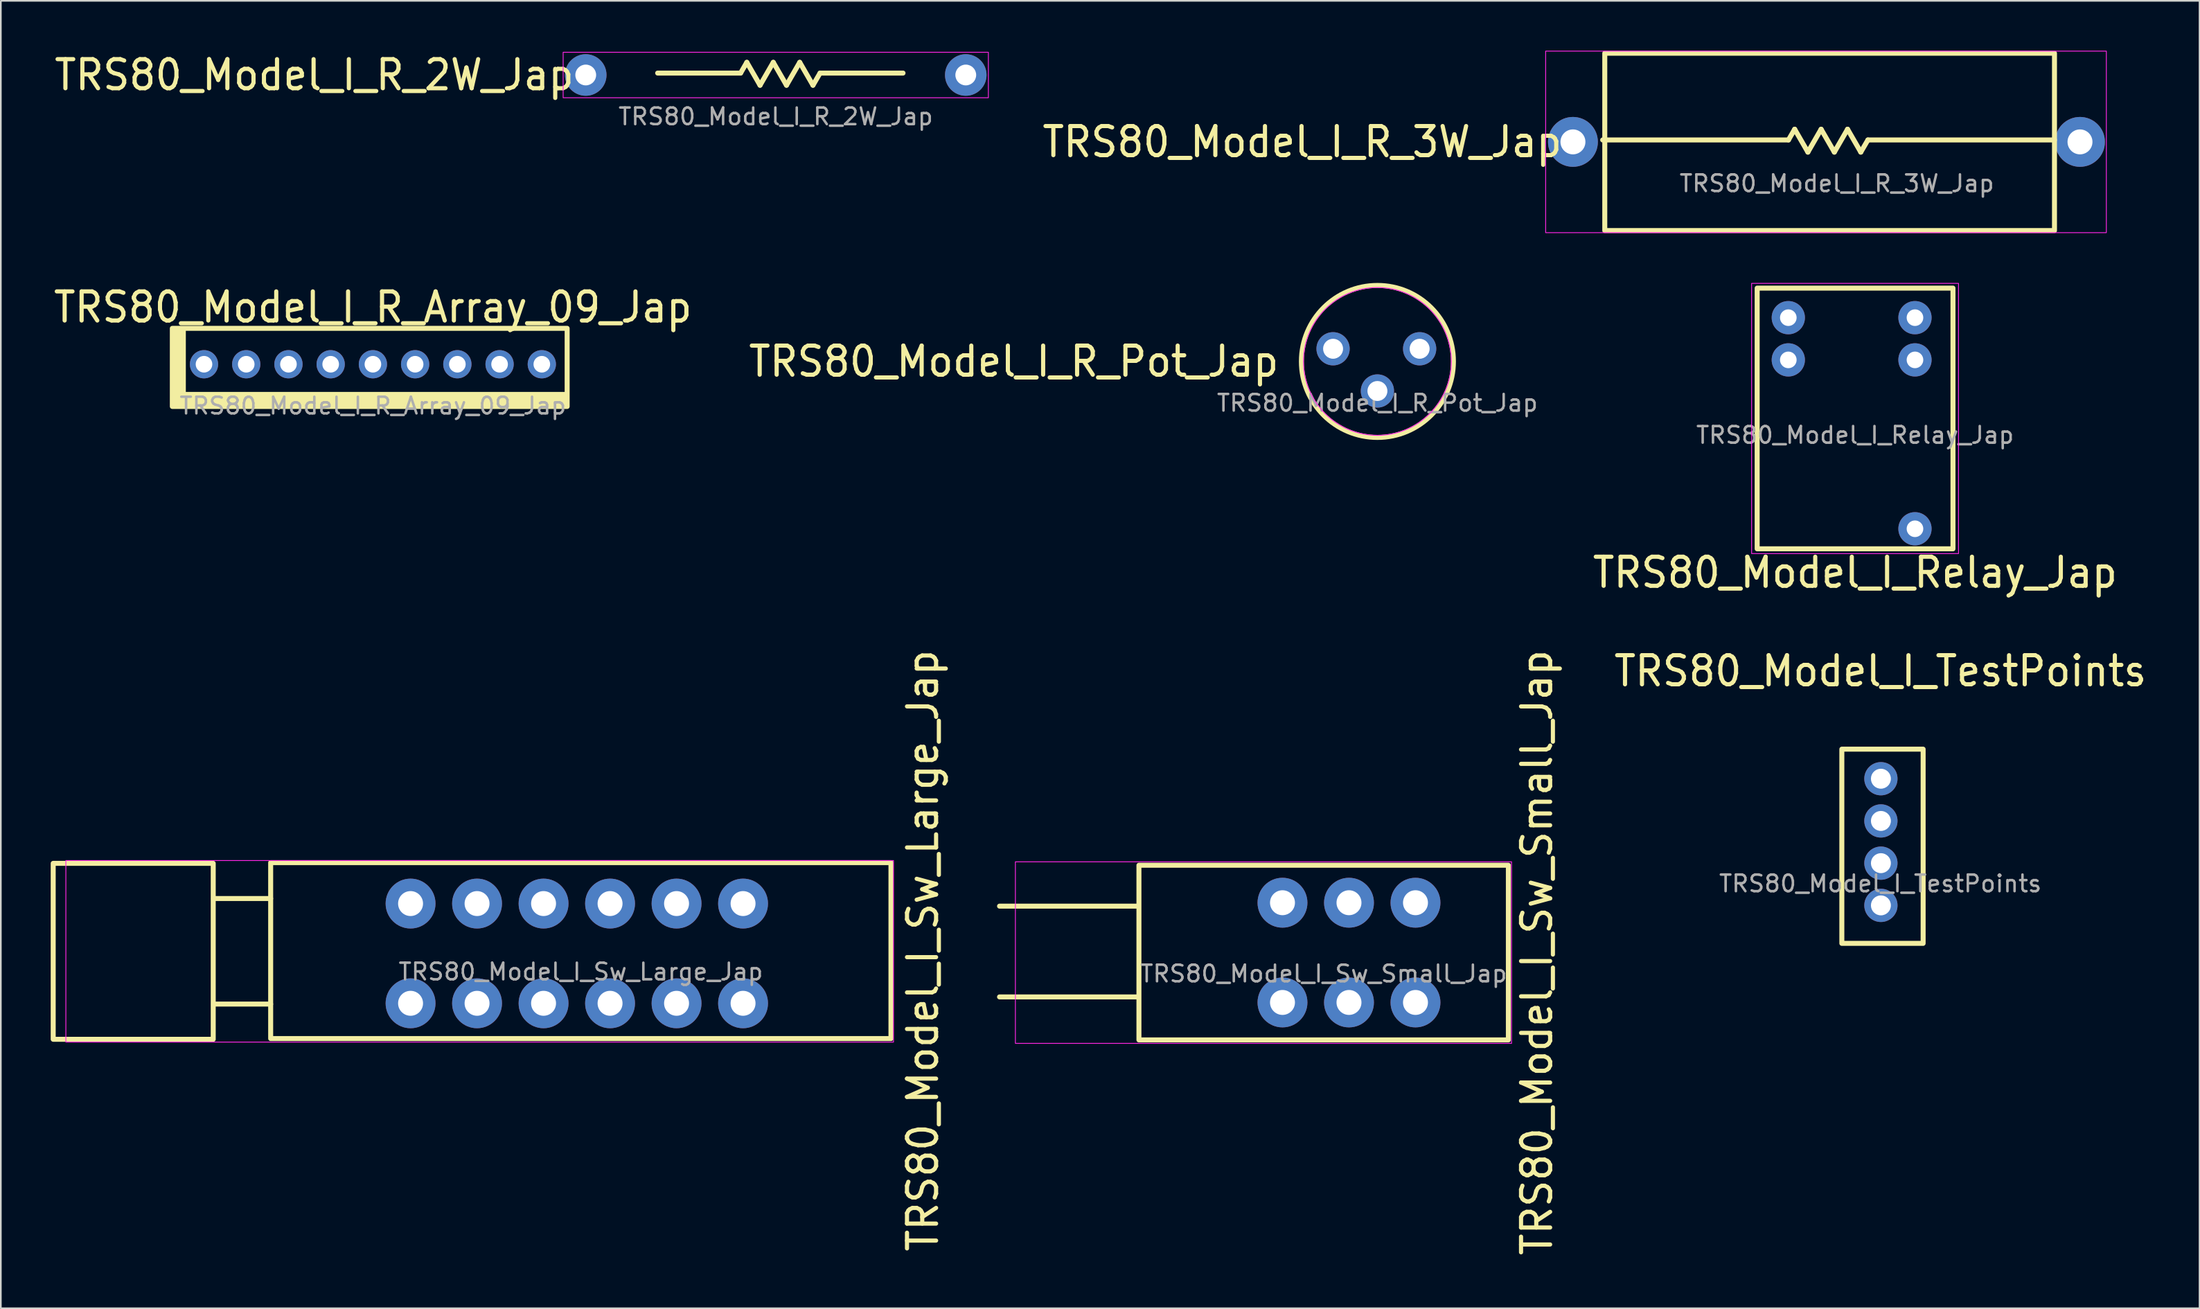
<source format=kicad_pcb>
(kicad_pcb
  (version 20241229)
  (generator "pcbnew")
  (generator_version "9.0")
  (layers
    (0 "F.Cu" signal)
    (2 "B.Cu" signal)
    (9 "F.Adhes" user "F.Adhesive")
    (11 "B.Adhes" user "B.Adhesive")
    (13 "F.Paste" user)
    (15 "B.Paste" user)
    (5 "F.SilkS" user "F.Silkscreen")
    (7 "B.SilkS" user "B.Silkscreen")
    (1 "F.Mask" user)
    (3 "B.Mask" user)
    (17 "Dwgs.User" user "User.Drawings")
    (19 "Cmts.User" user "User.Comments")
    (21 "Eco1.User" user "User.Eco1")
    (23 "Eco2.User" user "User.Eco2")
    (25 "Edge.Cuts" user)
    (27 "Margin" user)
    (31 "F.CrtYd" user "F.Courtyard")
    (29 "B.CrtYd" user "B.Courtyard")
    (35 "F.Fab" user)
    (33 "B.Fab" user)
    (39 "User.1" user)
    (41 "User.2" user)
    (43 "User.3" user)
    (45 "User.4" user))
  (footprint "TRS80_Model_I_Relay_Jap"
    (layer "F.Cu")
    (at 108.536 22.125)
    (property "Reference" "TRS80_Model_I_Relay_Jap" (at 0 9.271 0) (unlocked yes) (layer "F.SilkS") (effects (font (size 1.75 1.65) (thickness 0.25))))
    (attr through_hole)
    (fp_rect (start -5.889 -7.842) (end 5.889 7.842) (stroke (width 0.3) (type solid)) (fill no) (layer "F.SilkS"))
    (fp_rect (start -6.223 -8.128) (end 6.223 8.128) (stroke (width 0.05) (type default)) (fill no) (layer "F.CrtYd"))
    (fp_text user "${REFERENCE}" (at 0 1 0) (unlocked yes) (layer "F.Fab") (effects (font (size 1 1) (thickness 0.15))))
    (pad "1" thru_hole circle (at 3.603 -6.064 90) (size 2 2) (drill 1) (layers "*.Cu" "*.Mask"))
    (pad "2" thru_hole circle (at 3.603 -3.524 90) (size 2 2) (drill 1) (layers "*.Cu" "*.Mask"))
    (pad "3" thru_hole circle (at 3.603 6.636 90) (size 2 2) (drill 1) (layers "*.Cu" "*.Mask"))
    (pad "4" thru_hole circle (at -4.016 -3.524 90) (size 2 2) (drill 1) (layers "*.Cu" "*.Mask"))
    (pad "5" thru_hole circle (at -4.016 -6.064 90) (size 2 2) (drill 1) (layers "*.Cu" "*.Mask")))
  (footprint "TRS80_Model_I_R_Array_09_Jap"
    (layer "F.Cu")
    (at 19.381 18.863)
    (property "Reference" "TRS80_Model_I_R_Array_09_Jap" (at 0 -3.429 0) (unlocked yes) (layer "F.SilkS") (effects (font (size 1.75 1.65) (thickness 0.25) (bold yes))))
    (attr through_hole)
    (fp_rect (start -12.065 -2.159) (end -11.303 2.603) (stroke (width 0.1) (type solid)) (fill yes) (layer "F.SilkS"))
    (fp_rect (start -12.065 -2.159) (end 11.684 2.54) (stroke (width 0.3) (type solid)) (fill no) (layer "F.SilkS"))
    (fp_rect (start -12.065 1.714) (end 11.684 2.54) (stroke (width 0.1) (type solid)) (fill yes) (layer "F.SilkS"))
    (fp_text user "${REFERENCE}" (at 0 2.5 0) (unlocked yes) (layer "F.Fab") (effects (font (size 1 1) (thickness 0.15))))
    (pad "1" thru_hole circle (at -10.16 0) (size 1.7 1.7) (drill 1) (layers "*.Cu" "*.Mask"))
    (pad "2" thru_hole circle (at -7.62 0) (size 1.7 1.7) (drill 1) (layers "*.Cu" "*.Mask"))
    (pad "3" thru_hole circle (at -5.08 0) (size 1.7 1.7) (drill 1) (layers "*.Cu" "*.Mask"))
    (pad "4" thru_hole circle (at -2.54 0) (size 1.7 1.7) (drill 1) (layers "*.Cu" "*.Mask"))
    (pad "5" thru_hole circle (at 0 0) (size 1.7 1.7) (drill 1) (layers "*.Cu" "*.Mask"))
    (pad "6" thru_hole circle (at 2.54 0) (size 1.7 1.7) (drill 1) (layers "*.Cu" "*.Mask"))
    (pad "7" thru_hole circle (at 5.08 0) (size 1.7 1.7) (drill 1) (layers "*.Cu" "*.Mask"))
    (pad "8" thru_hole circle (at 7.62 0) (size 1.7 1.7) (drill 1) (layers "*.Cu" "*.Mask"))
    (pad "9" thru_hole circle (at 10.16 0) (size 1.7 1.7) (drill 1) (layers "*.Cu" "*.Mask")))
  (footprint "TRS80_Model_I_R_2W_Jap"
    (layer "F.Cu")
    (at 43.613 1.462)
    (property "Reference" "TRS80_Model_I_R_2W_Jap" (at -12 0 0) (unlocked yes) (layer "F.SilkS") (effects (font (size 1.75 1.65) (thickness 0.25)) (justify right)))
    (attr through_hole)
    (fp_line (start -7.104 -0.116) (end -2.114 -0.116) (stroke (width 0.3) (type solid)) (layer "F.SilkS"))
    (fp_line (start -2.114 -0.116) (end -1.741 -0.762) (stroke (width 0.3) (type solid)) (layer "F.SilkS"))
    (fp_line (start -0.945 0.616) (end -1.741 -0.762) (stroke (width 0.3) (type solid)) (layer "F.SilkS"))
    (fp_line (start -0.945 0.616) (end -0.149 -0.762) (stroke (width 0.3) (type solid)) (layer "F.SilkS"))
    (fp_line (start 0.646 0.616) (end -0.149 -0.762) (stroke (width 0.3) (type solid)) (layer "F.SilkS"))
    (fp_line (start 0.646 0.616) (end 1.442 -0.762) (stroke (width 0.3) (type solid)) (layer "F.SilkS"))
    (fp_line (start 2.238 0.616) (end 1.442 -0.762) (stroke (width 0.3) (type solid)) (layer "F.SilkS"))
    (fp_line (start 2.238 0.616) (end 2.665 -0.116) (stroke (width 0.3) (type solid)) (layer "F.SilkS"))
    (fp_line (start 2.665 -0.116) (end 7.656 -0.116) (stroke (width 0.3) (type solid)) (layer "F.SilkS"))
    (fp_rect (start -12.789 -1.368) (end 12.789 1.368) (stroke (width 0.05) (type default)) (fill no) (layer "F.CrtYd"))
    (fp_text user "${REFERENCE}" (at 0 2.5 0) (unlocked yes) (layer "F.Fab") (effects (font (size 1 1) (thickness 0.15))))
    (pad "1" thru_hole circle (at -11.43 0) (size 2.5 2.5) (drill 1.25) (layers "*.Cu" "*.Mask"))
    (pad "2" thru_hole circle (at 11.43 0) (size 2.5 2.5) (drill 1.25) (layers "*.Cu" "*.Mask")))
  (footprint "TRS80_Model_I_R_3W_Jap"
    (layer "F.Cu")
    (at 107.44 5.486)
    (property "Reference" "TRS80_Model_I_R_3W_Jap" (at -16.4 0 0) (unlocked yes) (layer "F.SilkS") (effects (font (size 1.75 1.65) (thickness 0.25)) (justify right)))
    (attr through_hole)
    (fp_line (start -14.087 -0.116) (end -2.911 -0.116) (stroke (width 0.3) (type solid)) (layer "F.SilkS"))
    (fp_line (start -2.911 -0.116) (end -2.538 -0.762) (stroke (width 0.3) (type solid)) (layer "F.SilkS"))
    (fp_line (start -1.742 0.616) (end -2.538 -0.762) (stroke (width 0.3) (type solid)) (layer "F.SilkS"))
    (fp_line (start -1.742 0.616) (end -0.947 -0.762) (stroke (width 0.3) (type solid)) (layer "F.SilkS"))
    (fp_line (start -0.151 0.616) (end -0.947 -0.762) (stroke (width 0.3) (type solid)) (layer "F.SilkS"))
    (fp_line (start -0.151 0.616) (end 0.644 -0.762) (stroke (width 0.3) (type solid)) (layer "F.SilkS"))
    (fp_line (start 1.44 0.616) (end 0.644 -0.762) (stroke (width 0.3) (type solid)) (layer "F.SilkS"))
    (fp_line (start 1.44 0.616) (end 1.868 -0.116) (stroke (width 0.3) (type solid)) (layer "F.SilkS"))
    (fp_line (start 1.868 -0.116) (end 13.091 -0.116) (stroke (width 0.3) (type solid)) (layer "F.SilkS"))
    (fp_rect (start -13.96 -5.334) (end 13.091 5.334) (stroke (width 0.3) (type solid)) (fill no) (layer "F.SilkS"))
    (fp_rect (start -17.516 -5.461) (end 16.21 5.461) (stroke (width 0.05) (type default)) (fill no) (layer "F.CrtYd"))
    (fp_text user "${REFERENCE}" (at 0 2.5 0) (unlocked yes) (layer "F.Fab") (effects (font (size 1 1) (thickness 0.15))))
    (pad "1" thru_hole circle (at -15.875 0) (size 3 3) (drill 1.5) (layers "*.Cu" "*.Mask"))
    (pad "2" thru_hole circle (at 14.625 0) (size 3 3) (drill 1.5) (layers "*.Cu" "*.Mask")))
  (footprint "TRS80_Model_I_Sw_Small_Jap"
    (layer "F.Cu")
    (at 76.57 54.258)
    (property "Reference" "TRS80_Model_I_Sw_Small_Jap" (at 12.827 0 90) (unlocked yes) (layer "F.SilkS") (effects (font (size 1.75 1.65) (thickness 0.25))))
    (attr through_hole)
    (fp_line (start -19.496 2.667) (end -11.176 2.667) (stroke (width 0.3) (type solid)) (layer "F.SilkS"))
    (fp_line (start -11.176 -2.794) (end -19.496 -2.794) (stroke (width 0.3) (type solid)) (layer "F.SilkS"))
    (fp_rect (start -11.111 -5.254) (end 11.111 5.254) (stroke (width 0.3) (type solid)) (fill no) (layer "F.SilkS"))
    (fp_rect (start 11.303 -5.461) (end -18.542 5.461) (stroke (width 0.05) (type default)) (fill no) (layer "F.CrtYd"))
    (fp_text user "${REFERENCE}" (at 0 1.27 0) (unlocked yes) (layer "F.Fab") (effects (font (size 1 1) (thickness 0.15))))
    (pad "1" thru_hole circle (at -2.476 -3) (size 3 3) (drill 1.5) (layers "*.Cu" "*.Mask"))
    (pad "2" thru_hole circle (at 1.524 -3) (size 3 3) (drill 1.5) (layers "*.Cu" "*.Mask"))
    (pad "3" thru_hole circle (at 5.524 -3) (size 3 3) (drill 1.5) (layers "*.Cu" "*.Mask"))
    (pad "4" thru_hole circle (at 5.524 3) (size 3 3) (drill 1.5) (layers "*.Cu" "*.Mask"))
    (pad "5" thru_hole circle (at 1.524 3) (size 3 3) (drill 1.5) (layers "*.Cu" "*.Mask"))
    (pad "6" thru_hole circle (at -2.476 3) (size 3 3) (drill 1.5) (layers "*.Cu" "*.Mask")))
  (footprint "TRS80_Model_I_TestPoints"
    (layer "F.Cu")
    (at 110.058 47.608)
    (property "Reference" "TRS80_Model_I_TestPoints" (at 0 -10.287 0) (unlocked yes) (layer "F.SilkS") (effects (font (size 1.75 1.65) (thickness 0.25))))
    (attr through_hole)
    (fp_rect (start -2.318 -5.588) (end 2.572 6.096) (stroke (width 0.3) (type solid)) (fill no) (layer "F.SilkS"))
    (fp_text user "${REFERENCE}" (at 0 2.5 0) (unlocked yes) (layer "F.Fab") (effects (font (size 1 1) (thickness 0.15))))
    (pad "1" thru_hole circle (at 0.032 -3.81) (size 2 2) (drill 1.2) (layers "*.Cu" "*.Mask"))
    (pad "2" thru_hole circle (at 0.032 -1.27) (size 2 2) (drill 1.2) (layers "*.Cu" "*.Mask"))
    (pad "3" thru_hole circle (at 0.032 1.27) (size 2 2) (drill 1.2) (layers "*.Cu" "*.Mask"))
    (pad "4" thru_hole circle (at 0.032 3.81) (size 2 2) (drill 1.2) (layers "*.Cu" "*.Mask")))
  (footprint "TRS80_Model_I_R_Pot_Jap"
    (layer "F.Cu")
    (at 79.804 18.694)
    (property "Reference" "TRS80_Model_I_R_Pot_Jap" (at -5.8 0 0) (unlocked yes) (layer "F.SilkS") (effects (font (size 1.75 1.65) (thickness 0.25)) (justify right)))
    (attr through_hole)
    (fp_circle (center 0 0) (end 4.572 0) (stroke (width 0.3) (type solid)) (fill no) (layer "F.SilkS"))
    (fp_circle (center 0 0) (end 4.445 0.127) (stroke (width 0.05) (type default)) (fill no) (layer "F.CrtYd"))
    (fp_text user "${REFERENCE}" (at 0 2.5 0) (unlocked yes) (layer "F.Fab") (effects (font (size 1 1) (thickness 0.15))))
    (pad "1" thru_hole circle (at -2.667 -0.762) (size 2 2) (drill 1.2) (layers "*.Cu" "*.Mask"))
    (pad "2" thru_hole circle (at 0 1.778) (size 2 2) (drill 1.2) (layers "*.Cu" "*.Mask"))
    (pad "3" thru_hole circle (at 2.54 -0.762) (size 2 2) (drill 1.2) (layers "*.Cu" "*.Mask")))
  (footprint "TRS80_Model_I_Sw_Large_Jap"
    (layer "F.Cu")
    (at 31.887 54.14)
    (property "Reference" "TRS80_Model_I_Sw_Large_Jap" (at 20.574 0 90) (unlocked yes) (layer "F.SilkS") (effects (font (size 1.75 1.65) (thickness 0.25))))
    (attr through_hole)
    (fp_line (start -18.656 -3.133) (end -22.085 -3.133) (stroke (width 0.3) (type solid)) (layer "F.SilkS"))
    (fp_line (start -18.656 3.217) (end -22.085 3.217) (stroke (width 0.3) (type solid)) (layer "F.SilkS"))
    (fp_rect (start -31.737 -5.25) (end -22.111 5.334) (stroke (width 0.3) (type solid)) (fill no) (layer "F.SilkS"))
    (fp_rect (start -18.656 -5.292) (end 18.656 5.292) (stroke (width 0.3) (type solid)) (fill no) (layer "F.SilkS"))
    (fp_rect (start -30.975 -5.419) (end 18.809 5.503) (stroke (width 0.05) (type default)) (fill no) (layer "F.CrtYd"))
    (fp_text user "${REFERENCE}" (at 0 1.27 0) (unlocked yes) (layer "F.Fab") (effects (font (size 1 1) (thickness 0.15))))
    (pad "1" thru_hole circle (at -10.241 -2.831) (size 3 3) (drill 1.5) (layers "*.Cu" "*.Mask"))
    (pad "2" thru_hole circle (at -6.241 -2.831) (size 3 3) (drill 1.5) (layers "*.Cu" "*.Mask"))
    (pad "3" thru_hole circle (at -2.241 -2.831) (size 3 3) (drill 1.5) (layers "*.Cu" "*.Mask"))
    (pad "4" thru_hole circle (at 1.759 -2.831) (size 3 3) (drill 1.5) (layers "*.Cu" "*.Mask"))
    (pad "5" thru_hole circle (at 5.759 -2.831) (size 3 3) (drill 1.5) (layers "*.Cu" "*.Mask"))
    (pad "6" thru_hole circle (at 9.759 -2.831) (size 3 3) (drill 1.5) (layers "*.Cu" "*.Mask"))
    (pad "7" thru_hole circle (at 9.759 3.169) (size 3 3) (drill 1.5) (layers "*.Cu" "*.Mask"))
    (pad "8" thru_hole circle (at 5.759 3.169) (size 3 3) (drill 1.5) (layers "*.Cu" "*.Mask"))
    (pad "9" thru_hole circle (at 1.759 3.169) (size 3 3) (drill 1.5) (layers "*.Cu" "*.Mask"))
    (pad "10" thru_hole circle (at -2.241 3.169) (size 3 3) (drill 1.5) (layers "*.Cu" "*.Mask"))
    (pad "11" thru_hole circle (at -6.241 3.169) (size 3 3) (drill 1.5) (layers "*.Cu" "*.Mask"))
    (pad "12" thru_hole circle (at -10.241 3.169) (size 3 3) (drill 1.5) (layers "*.Cu" "*.Mask")))
  (gr_rect
    (start -3 -3)
    (end 129.258 75.657)
    (stroke (width 0.1) (type default))
    (fill no)
    (layer "Edge.Cuts")))
</source>
